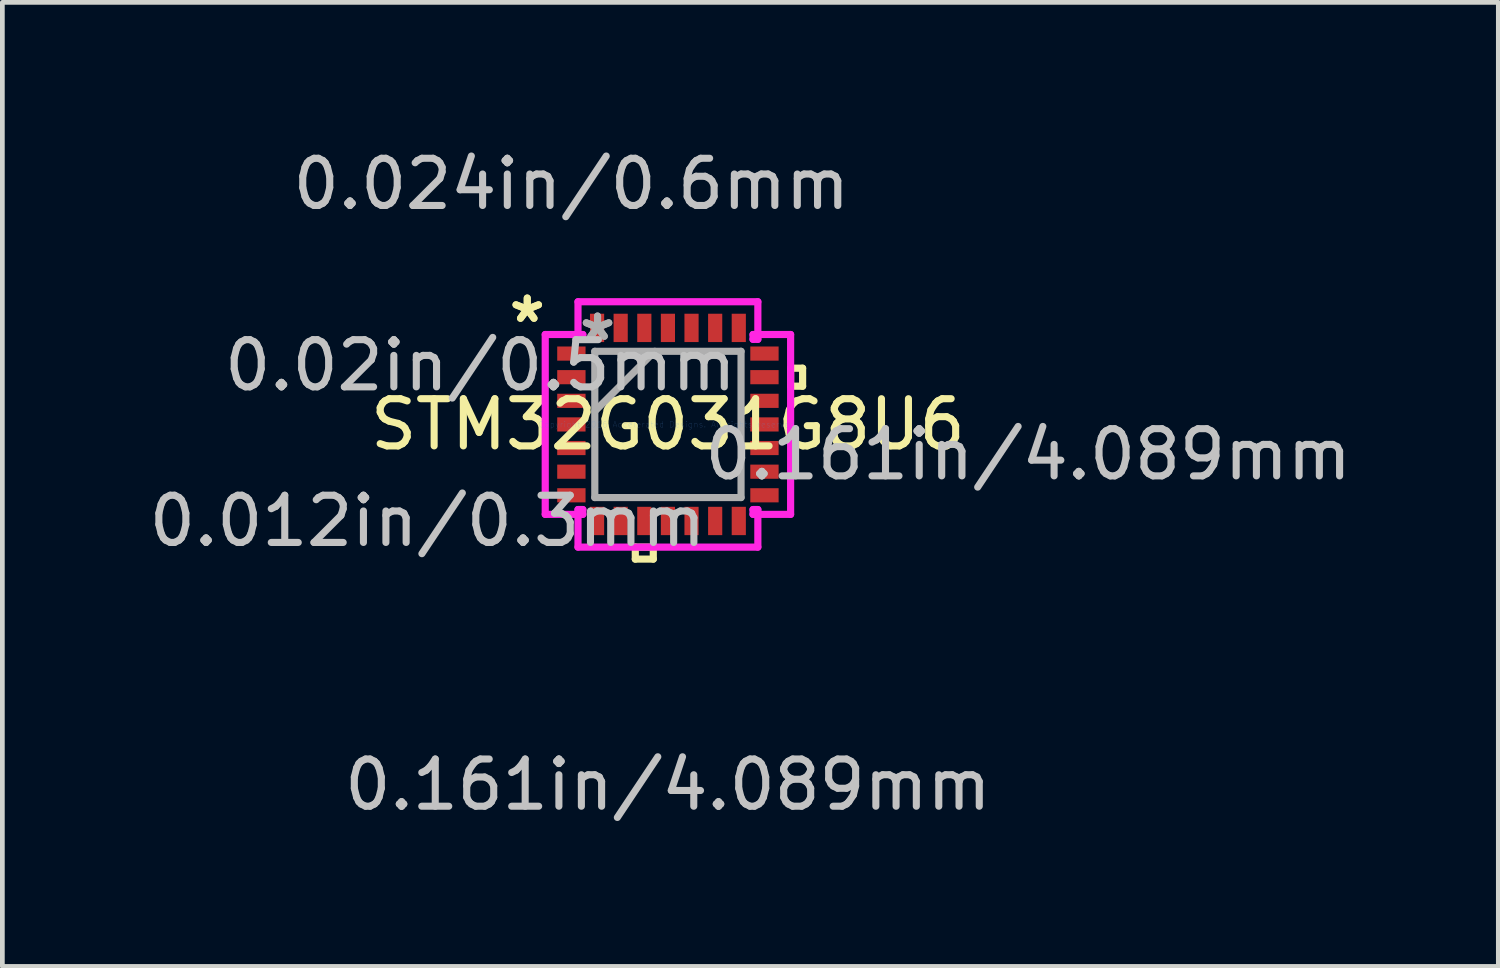
<source format=kicad_pcb>
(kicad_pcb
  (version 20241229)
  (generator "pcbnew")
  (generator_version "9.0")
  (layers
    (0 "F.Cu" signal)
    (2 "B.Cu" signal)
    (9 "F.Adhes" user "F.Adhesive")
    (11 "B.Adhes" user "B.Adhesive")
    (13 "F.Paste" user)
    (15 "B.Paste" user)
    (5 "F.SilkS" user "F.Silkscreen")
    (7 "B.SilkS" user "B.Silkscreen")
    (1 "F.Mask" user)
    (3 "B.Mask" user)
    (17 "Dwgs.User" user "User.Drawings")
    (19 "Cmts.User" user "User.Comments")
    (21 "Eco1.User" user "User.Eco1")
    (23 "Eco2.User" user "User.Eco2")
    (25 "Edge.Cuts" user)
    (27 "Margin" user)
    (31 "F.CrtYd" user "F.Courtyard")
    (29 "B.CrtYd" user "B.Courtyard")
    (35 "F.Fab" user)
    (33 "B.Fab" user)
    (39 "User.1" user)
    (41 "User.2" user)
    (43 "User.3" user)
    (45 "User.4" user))
  (footprint "STM32G031G8U6"
    (layer "F.Cu")
    (at 11.099 5.941)
    (property "Reference" "STM32G031G8U6" (at 0 0 0) (layer "F.SilkS") (effects (font (size 1 1) (thickness 0.15))))
    (attr through_hole)
    (fp_line (start -0.691 2.599) (end -0.691 2.853) (stroke (width 0.152) (type solid)) (layer "F.SilkS"))
    (fp_line (start -0.691 2.853) (end -0.31 2.853) (stroke (width 0.152) (type solid)) (layer "F.SilkS"))
    (fp_line (start -0.31 2.599) (end -0.691 2.599) (stroke (width 0.152) (type solid)) (layer "F.SilkS"))
    (fp_line (start -0.31 2.853) (end -0.31 2.599) (stroke (width 0.152) (type solid)) (layer "F.SilkS"))
    (fp_line (start 2.599 -1.191) (end 2.853 -1.191) (stroke (width 0.152) (type solid)) (layer "F.SilkS"))
    (fp_line (start 2.599 -0.81) (end 2.599 -1.191) (stroke (width 0.152) (type solid)) (layer "F.SilkS"))
    (fp_line (start 2.853 -1.191) (end 2.853 -0.81) (stroke (width 0.152) (type solid)) (layer "F.SilkS"))
    (fp_line (start 2.853 -0.81) (end 2.599 -0.81) (stroke (width 0.152) (type solid)) (layer "F.SilkS"))
    (fp_line (start -2.599 -1.905) (end -1.803 -1.905) (stroke (width 0.152) (type solid)) (layer "F.CrtYd"))
    (fp_line (start -2.599 1.905) (end -2.599 -1.905) (stroke (width 0.152) (type solid)) (layer "F.CrtYd"))
    (fp_line (start -1.905 -2.599) (end 1.905 -2.599) (stroke (width 0.152) (type solid)) (layer "F.CrtYd"))
    (fp_line (start -1.905 -1.803) (end -1.905 -2.599) (stroke (width 0.152) (type solid)) (layer "F.CrtYd"))
    (fp_line (start -1.905 1.803) (end -1.803 1.803) (stroke (width 0.152) (type solid)) (layer "F.CrtYd"))
    (fp_line (start -1.905 2.599) (end -1.905 1.803) (stroke (width 0.152) (type solid)) (layer "F.CrtYd"))
    (fp_line (start -1.803 -1.905) (end -1.803 -1.803) (stroke (width 0.152) (type solid)) (layer "F.CrtYd"))
    (fp_line (start -1.803 -1.803) (end -1.905 -1.803) (stroke (width 0.152) (type solid)) (layer "F.CrtYd"))
    (fp_line (start -1.803 1.803) (end -1.803 1.905) (stroke (width 0.152) (type solid)) (layer "F.CrtYd"))
    (fp_line (start -1.803 1.905) (end -2.599 1.905) (stroke (width 0.152) (type solid)) (layer "F.CrtYd"))
    (fp_line (start 1.803 -1.905) (end 2.599 -1.905) (stroke (width 0.152) (type solid)) (layer "F.CrtYd"))
    (fp_line (start 1.803 -1.803) (end 1.803 -1.905) (stroke (width 0.152) (type solid)) (layer "F.CrtYd"))
    (fp_line (start 1.803 1.803) (end 1.905 1.803) (stroke (width 0.152) (type solid)) (layer "F.CrtYd"))
    (fp_line (start 1.803 1.905) (end 1.803 1.803) (stroke (width 0.152) (type solid)) (layer "F.CrtYd"))
    (fp_line (start 1.905 -2.599) (end 1.905 -1.803) (stroke (width 0.152) (type solid)) (layer "F.CrtYd"))
    (fp_line (start 1.905 -1.803) (end 1.803 -1.803) (stroke (width 0.152) (type solid)) (layer "F.CrtYd"))
    (fp_line (start 1.905 1.803) (end 1.905 2.599) (stroke (width 0.152) (type solid)) (layer "F.CrtYd"))
    (fp_line (start 1.905 2.599) (end -1.905 2.599) (stroke (width 0.152) (type solid)) (layer "F.CrtYd"))
    (fp_line (start 2.599 -1.905) (end 2.599 1.905) (stroke (width 0.152) (type solid)) (layer "F.CrtYd"))
    (fp_line (start 2.599 1.905) (end 1.803 1.905) (stroke (width 0.152) (type solid)) (layer "F.CrtYd"))
    (fp_line (start -1.549 -1.549) (end -1.549 1.549) (stroke (width 0.152) (type solid)) (layer "F.Fab"))
    (fp_line (start -1.549 -0.279) (end -0.279 -1.549) (stroke (width 0.152) (type solid)) (layer "F.Fab"))
    (fp_line (start -1.549 1.549) (end 1.549 1.549) (stroke (width 0.152) (type solid)) (layer "F.Fab"))
    (fp_line (start 1.549 -1.549) (end -1.549 -1.549) (stroke (width 0.152) (type solid)) (layer "F.Fab"))
    (fp_line (start 1.549 1.549) (end 1.549 -1.549) (stroke (width 0.152) (type solid)) (layer "F.Fab"))
    (fp_text user "*" (at -2.98 -2.132 0) (layer "F.SilkS") (effects (font (size 1 1) (thickness 0.15))))
    (fp_text user "*" (at -2.98 -2.132 0) (layer "F.SilkS") (effects (font (size 1 1) (thickness 0.15))))
    (fp_text user "0.161in/4.089mm" (at 0 7.633 0) (layer "Dwgs.User") (effects (font (size 1 1) (thickness 0.15))))
    (fp_text user "0.024in/0.6mm" (at -2.045 -5.093 0) (layer "Dwgs.User") (effects (font (size 1 1) (thickness 0.15))))
    (fp_text user "0.161in/4.089mm" (at 7.633 0.635 0) (layer "Dwgs.User") (effects (font (size 1 1) (thickness 0.15))))
    (fp_text user "0.02in/0.5mm" (at -3.973 -1.251 0) (layer "Dwgs.User") (effects (font (size 1 1) (thickness 0.15))))
    (fp_text user "0.012in/0.3mm" (at -5.093 2.045 0) (layer "Dwgs.User") (effects (font (size 1 1) (thickness 0.15))))
    (fp_text user "Copyright 2016 Accelerated Designs. All rights reserved." (at 0 0 0) (layer "Cmts.User") (effects (font (size 0.127 0.127) (thickness 0.002))))
    (fp_text user "*" (at -1.491 -1.751 0) (layer "F.Fab") (effects (font (size 1 1) (thickness 0.15))))
    (fp_text user "*" (at -1.491 -1.751 0) (layer "F.Fab") (effects (font (size 1 1) (thickness 0.15))))
    (pad "1" smd rect (at -2.045 -1.501 90) (size 0.3 0.6) (layers "F.Cu" "F.Mask" "F.Paste"))
    (pad "2" smd rect (at -2.045 -1.001 90) (size 0.3 0.6) (layers "F.Cu" "F.Mask" "F.Paste"))
    (pad "3" smd rect (at -2.045 -0.5 90) (size 0.3 0.6) (layers "F.Cu" "F.Mask" "F.Paste"))
    (pad "4" smd rect (at -2.045 0 90) (size 0.3 0.6) (layers "F.Cu" "F.Mask" "F.Paste"))
    (pad "5" smd rect (at -2.045 0.5 90) (size 0.3 0.6) (layers "F.Cu" "F.Mask" "F.Paste"))
    (pad "6" smd rect (at -2.045 1.001 90) (size 0.3 0.6) (layers "F.Cu" "F.Mask" "F.Paste"))
    (pad "7" smd rect (at -2.045 1.501 90) (size 0.3 0.6) (layers "F.Cu" "F.Mask" "F.Paste"))
    (pad "8" smd rect (at -1.501 2.045) (size 0.3 0.6) (layers "F.Cu" "F.Mask" "F.Paste"))
    (pad "9" smd rect (at -1.001 2.045) (size 0.3 0.6) (layers "F.Cu" "F.Mask" "F.Paste"))
    (pad "10" smd rect (at -0.5 2.045) (size 0.3 0.6) (layers "F.Cu" "F.Mask" "F.Paste"))
    (pad "11" smd rect (at 0 2.045) (size 0.3 0.6) (layers "F.Cu" "F.Mask" "F.Paste"))
    (pad "12" smd rect (at 0.5 2.045) (size 0.3 0.6) (layers "F.Cu" "F.Mask" "F.Paste"))
    (pad "13" smd rect (at 1.001 2.045) (size 0.3 0.6) (layers "F.Cu" "F.Mask" "F.Paste"))
    (pad "14" smd rect (at 1.501 2.045) (size 0.3 0.6) (layers "F.Cu" "F.Mask" "F.Paste"))
    (pad "15" smd rect (at 2.045 1.501 90) (size 0.3 0.6) (layers "F.Cu" "F.Mask" "F.Paste"))
    (pad "16" smd rect (at 2.045 1.001 90) (size 0.3 0.6) (layers "F.Cu" "F.Mask" "F.Paste"))
    (pad "17" smd rect (at 2.045 0.5 90) (size 0.3 0.6) (layers "F.Cu" "F.Mask" "F.Paste"))
    (pad "18" smd rect (at 2.045 0 90) (size 0.3 0.6) (layers "F.Cu" "F.Mask" "F.Paste"))
    (pad "19" smd rect (at 2.045 -0.5 90) (size 0.3 0.6) (layers "F.Cu" "F.Mask" "F.Paste"))
    (pad "20" smd rect (at 2.045 -1.001 90) (size 0.3 0.6) (layers "F.Cu" "F.Mask" "F.Paste"))
    (pad "21" smd rect (at 2.045 -1.501 90) (size 0.3 0.6) (layers "F.Cu" "F.Mask" "F.Paste"))
    (pad "22" smd rect (at 1.501 -2.045) (size 0.3 0.6) (layers "F.Cu" "F.Mask" "F.Paste"))
    (pad "23" smd rect (at 1.001 -2.045) (size 0.3 0.6) (layers "F.Cu" "F.Mask" "F.Paste"))
    (pad "24" smd rect (at 0.5 -2.045) (size 0.3 0.6) (layers "F.Cu" "F.Mask" "F.Paste"))
    (pad "25" smd rect (at 0 -2.045) (size 0.3 0.6) (layers "F.Cu" "F.Mask" "F.Paste"))
    (pad "26" smd rect (at -0.5 -2.045) (size 0.3 0.6) (layers "F.Cu" "F.Mask" "F.Paste"))
    (pad "27" smd rect (at -1.001 -2.045) (size 0.3 0.6) (layers "F.Cu" "F.Mask" "F.Paste"))
    (pad "28" smd rect (at -1.501 -2.045) (size 0.3 0.6) (layers "F.Cu" "F.Mask" "F.Paste")))
  (gr_rect
    (start -3 -3)
    (end 28.69 17.422)
    (stroke (width 0.1) (type default))
    (fill no)
    (layer "Edge.Cuts")))
</source>
